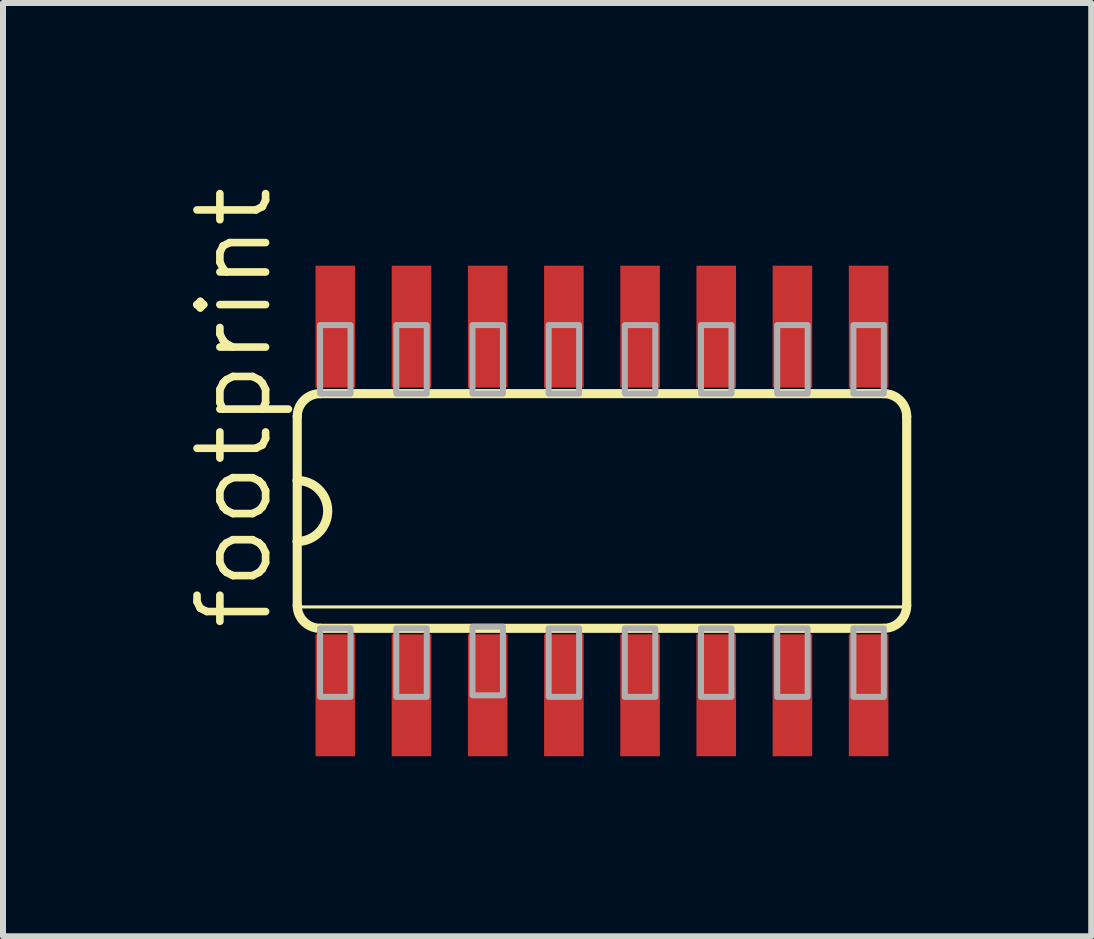
<source format=kicad_pcb>
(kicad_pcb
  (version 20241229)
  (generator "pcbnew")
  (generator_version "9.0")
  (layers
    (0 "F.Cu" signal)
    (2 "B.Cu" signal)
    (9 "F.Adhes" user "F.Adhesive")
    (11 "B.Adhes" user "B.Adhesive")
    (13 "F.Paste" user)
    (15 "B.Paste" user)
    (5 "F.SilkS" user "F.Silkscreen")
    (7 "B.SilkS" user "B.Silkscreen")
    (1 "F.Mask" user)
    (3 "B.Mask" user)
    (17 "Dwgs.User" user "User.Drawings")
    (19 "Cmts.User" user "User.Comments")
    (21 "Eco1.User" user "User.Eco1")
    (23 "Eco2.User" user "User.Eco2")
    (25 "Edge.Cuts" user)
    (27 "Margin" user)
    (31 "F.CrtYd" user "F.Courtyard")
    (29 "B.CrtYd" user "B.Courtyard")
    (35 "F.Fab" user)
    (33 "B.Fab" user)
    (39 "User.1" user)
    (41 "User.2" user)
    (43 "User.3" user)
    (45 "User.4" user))
  (footprint "footprint"
    (layer "F.Cu")
    (at 6.985 5.468)
    (property "Reference" "footprint" (at -5.461 2.032 90) (layer "F.SilkS") (effects (font (size 1.143 1.143) (thickness 0.127)) (justify left bottom)))
    (fp_line (start -5.08 -1.575) (end -5.08 -0.508) (stroke (width 0.152) (type solid)) (layer "F.SilkS"))
    (fp_line (start -5.08 -0.508) (end -5.08 0.508) (stroke (width 0.152) (type solid)) (layer "F.SilkS"))
    (fp_line (start -5.08 0.508) (end -5.08 1.575) (stroke (width 0.152) (type solid)) (layer "F.SilkS"))
    (fp_line (start -5.08 1.6) (end 5.08 1.6) (stroke (width 0.051) (type solid)) (layer "F.SilkS"))
    (fp_line (start -4.699 1.956) (end 4.699 1.956) (stroke (width 0.152) (type solid)) (layer "F.SilkS"))
    (fp_line (start 4.699 -1.956) (end -4.699 -1.956) (stroke (width 0.152) (type solid)) (layer "F.SilkS"))
    (fp_line (start 5.08 1.575) (end 5.08 -1.575) (stroke (width 0.152) (type solid)) (layer "F.SilkS"))
    (fp_arc (start -5.08 -1.5748) (mid -4.968408 -1.844208) (end -4.699 -1.9558) (stroke (width 0.1524) (type solid)) (layer "F.SilkS"))
    (fp_arc (start -5.08 -0.508) (mid -4.572 0) (end -5.08 0.508) (stroke (width 0.1524) (type solid)) (layer "F.SilkS"))
    (fp_arc (start -4.699 1.9558) (mid -4.968408 1.844208) (end -5.08 1.5748) (stroke (width 0.1524) (type solid)) (layer "F.SilkS"))
    (fp_arc (start 4.699 -1.9558) (mid 4.968408 -1.844208) (end 5.08 -1.5748) (stroke (width 0.1524) (type solid)) (layer "F.SilkS"))
    (fp_arc (start 5.08 1.5748) (mid 4.968408 1.844208) (end 4.699 1.9558) (stroke (width 0.1524) (type solid)) (layer "F.SilkS"))
    (fp_poly (pts (xy -4.699 -1.956) (xy -4.191 -1.956) (xy -4.191 -3.099) (xy -4.699 -3.099)) (stroke (width 0.1) (type solid)) (fill no) (layer "F.Fab"))
    (fp_poly (pts (xy -4.699 3.099) (xy -4.191 3.099) (xy -4.191 1.956) (xy -4.699 1.956)) (stroke (width 0.1) (type solid)) (fill no) (layer "F.Fab"))
    (fp_poly (pts (xy -3.429 -1.956) (xy -2.921 -1.956) (xy -2.921 -3.099) (xy -3.429 -3.099)) (stroke (width 0.1) (type solid)) (fill no) (layer "F.Fab"))
    (fp_poly (pts (xy -3.429 3.099) (xy -2.921 3.099) (xy -2.921 1.956) (xy -3.429 1.956)) (stroke (width 0.1) (type solid)) (fill no) (layer "F.Fab"))
    (fp_poly (pts (xy -2.159 -1.956) (xy -1.651 -1.956) (xy -1.651 -3.099) (xy -2.159 -3.099)) (stroke (width 0.1) (type solid)) (fill no) (layer "F.Fab"))
    (fp_poly (pts (xy -2.159 3.073) (xy -1.651 3.073) (xy -1.651 1.93) (xy -2.159 1.93)) (stroke (width 0.1) (type solid)) (fill no) (layer "F.Fab"))
    (fp_poly (pts (xy -0.889 -1.956) (xy -0.381 -1.956) (xy -0.381 -3.099) (xy -0.889 -3.099)) (stroke (width 0.1) (type solid)) (fill no) (layer "F.Fab"))
    (fp_poly (pts (xy -0.889 3.099) (xy -0.381 3.099) (xy -0.381 1.956) (xy -0.889 1.956)) (stroke (width 0.1) (type solid)) (fill no) (layer "F.Fab"))
    (fp_poly (pts (xy 0.381 -1.956) (xy 0.889 -1.956) (xy 0.889 -3.099) (xy 0.381 -3.099)) (stroke (width 0.1) (type solid)) (fill no) (layer "F.Fab"))
    (fp_poly (pts (xy 0.381 3.099) (xy 0.889 3.099) (xy 0.889 1.956) (xy 0.381 1.956)) (stroke (width 0.1) (type solid)) (fill no) (layer "F.Fab"))
    (fp_poly (pts (xy 1.651 -1.956) (xy 2.159 -1.956) (xy 2.159 -3.099) (xy 1.651 -3.099)) (stroke (width 0.1) (type solid)) (fill no) (layer "F.Fab"))
    (fp_poly (pts (xy 1.651 3.099) (xy 2.159 3.099) (xy 2.159 1.956) (xy 1.651 1.956)) (stroke (width 0.1) (type solid)) (fill no) (layer "F.Fab"))
    (fp_poly (pts (xy 2.921 -1.956) (xy 3.429 -1.956) (xy 3.429 -3.099) (xy 2.921 -3.099)) (stroke (width 0.1) (type solid)) (fill no) (layer "F.Fab"))
    (fp_poly (pts (xy 2.921 3.099) (xy 3.429 3.099) (xy 3.429 1.956) (xy 2.921 1.956)) (stroke (width 0.1) (type solid)) (fill no) (layer "F.Fab"))
    (fp_poly (pts (xy 4.191 -1.956) (xy 4.699 -1.956) (xy 4.699 -3.099) (xy 4.191 -3.099)) (stroke (width 0.1) (type solid)) (fill no) (layer "F.Fab"))
    (fp_poly (pts (xy 4.191 3.099) (xy 4.699 3.099) (xy 4.699 1.956) (xy 4.191 1.956)) (stroke (width 0.1) (type solid)) (fill no) (layer "F.Fab"))
    (pad "1" smd rect (at -4.445 3.073) (size 0.66 2.032) (layers "F.Cu" "F.Mask" "F.Paste"))
    (pad "2" smd rect (at -3.175 3.073) (size 0.66 2.032) (layers "F.Cu" "F.Mask" "F.Paste"))
    (pad "3" smd rect (at -1.905 3.073) (size 0.66 2.032) (layers "F.Cu" "F.Mask" "F.Paste"))
    (pad "4" smd rect (at -0.635 3.073) (size 0.66 2.032) (layers "F.Cu" "F.Mask" "F.Paste"))
    (pad "5" smd rect (at 0.635 3.073) (size 0.66 2.032) (layers "F.Cu" "F.Mask" "F.Paste"))
    (pad "6" smd rect (at 1.905 3.073) (size 0.66 2.032) (layers "F.Cu" "F.Mask" "F.Paste"))
    (pad "7" smd rect (at 3.175 3.073) (size 0.66 2.032) (layers "F.Cu" "F.Mask" "F.Paste"))
    (pad "8" smd rect (at 4.445 3.073) (size 0.66 2.032) (layers "F.Cu" "F.Mask" "F.Paste"))
    (pad "9" smd rect (at 4.445 -3.073) (size 0.66 2.032) (layers "F.Cu" "F.Mask" "F.Paste"))
    (pad "10" smd rect (at 3.175 -3.073) (size 0.66 2.032) (layers "F.Cu" "F.Mask" "F.Paste"))
    (pad "11" smd rect (at 1.905 -3.073) (size 0.66 2.032) (layers "F.Cu" "F.Mask" "F.Paste"))
    (pad "12" smd rect (at 0.635 -3.073) (size 0.66 2.032) (layers "F.Cu" "F.Mask" "F.Paste"))
    (pad "13" smd rect (at -0.635 -3.073) (size 0.66 2.032) (layers "F.Cu" "F.Mask" "F.Paste"))
    (pad "14" smd rect (at -1.905 -3.073) (size 0.66 2.032) (layers "F.Cu" "F.Mask" "F.Paste"))
    (pad "15" smd rect (at -3.175 -3.073) (size 0.66 2.032) (layers "F.Cu" "F.Mask" "F.Paste"))
    (pad "16" smd rect (at -4.445 -3.073) (size 0.66 2.032) (layers "F.Cu" "F.Mask" "F.Paste")))
  (gr_rect
    (start -3 -3)
    (end 15.141 12.558)
    (stroke (width 0.1) (type default))
    (fill no)
    (layer "Edge.Cuts")))
</source>
